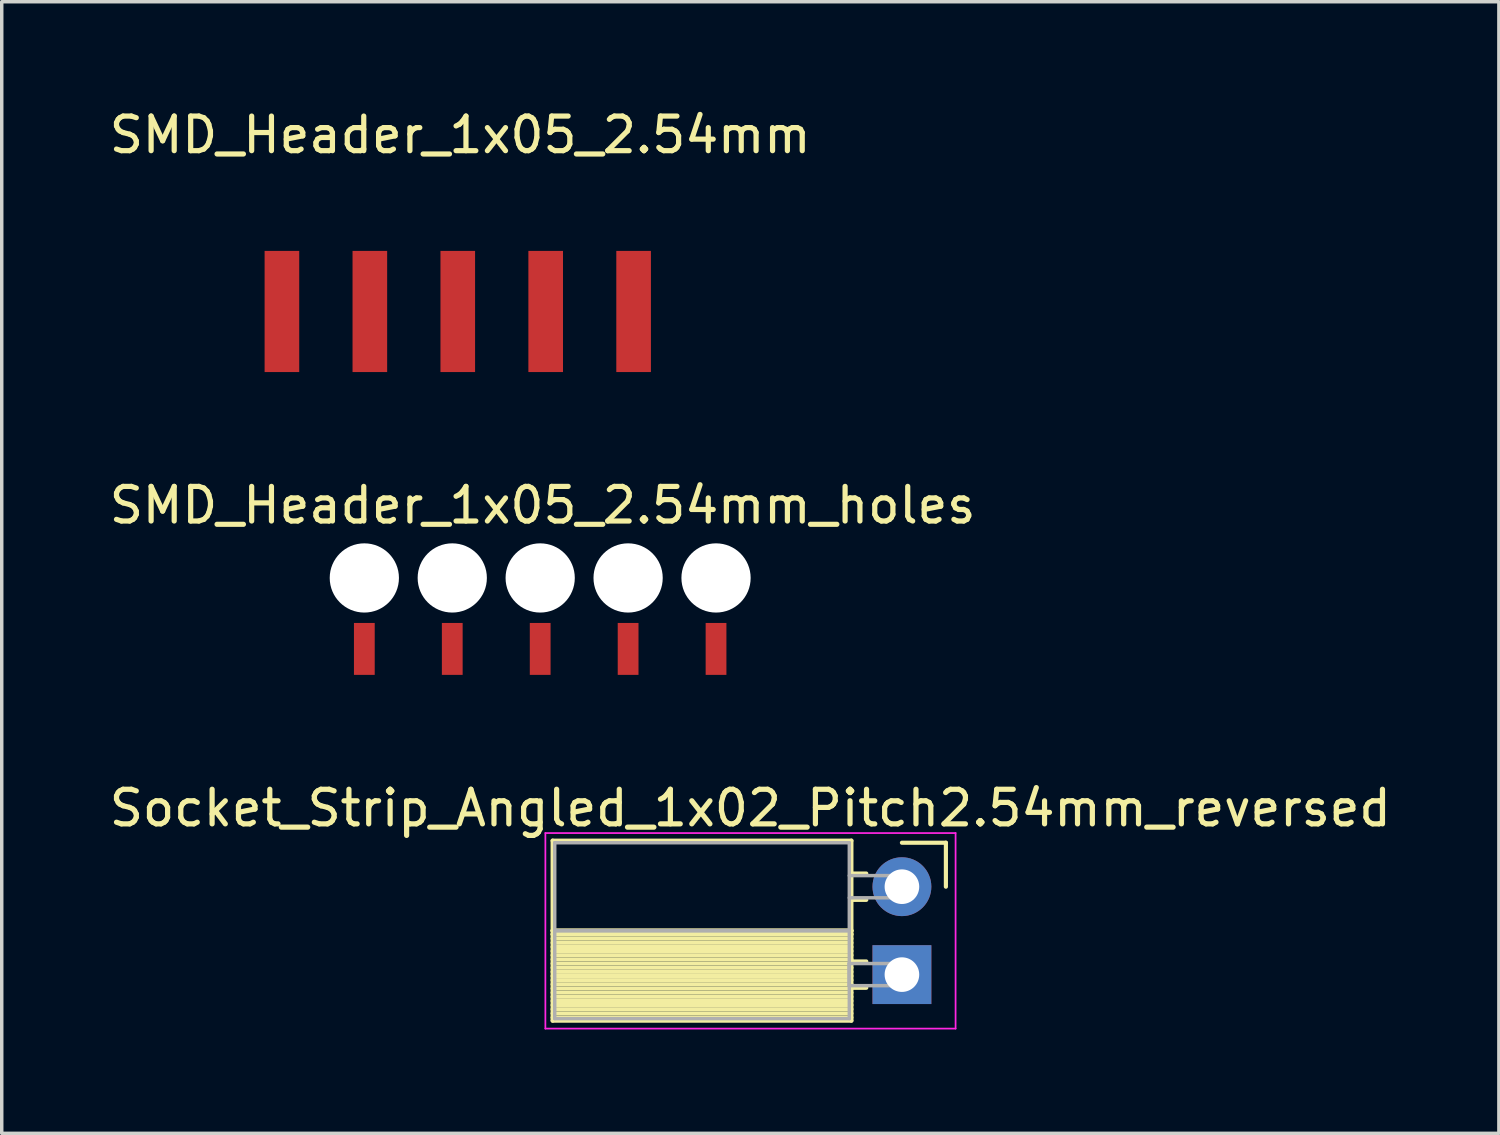
<source format=kicad_pcb>
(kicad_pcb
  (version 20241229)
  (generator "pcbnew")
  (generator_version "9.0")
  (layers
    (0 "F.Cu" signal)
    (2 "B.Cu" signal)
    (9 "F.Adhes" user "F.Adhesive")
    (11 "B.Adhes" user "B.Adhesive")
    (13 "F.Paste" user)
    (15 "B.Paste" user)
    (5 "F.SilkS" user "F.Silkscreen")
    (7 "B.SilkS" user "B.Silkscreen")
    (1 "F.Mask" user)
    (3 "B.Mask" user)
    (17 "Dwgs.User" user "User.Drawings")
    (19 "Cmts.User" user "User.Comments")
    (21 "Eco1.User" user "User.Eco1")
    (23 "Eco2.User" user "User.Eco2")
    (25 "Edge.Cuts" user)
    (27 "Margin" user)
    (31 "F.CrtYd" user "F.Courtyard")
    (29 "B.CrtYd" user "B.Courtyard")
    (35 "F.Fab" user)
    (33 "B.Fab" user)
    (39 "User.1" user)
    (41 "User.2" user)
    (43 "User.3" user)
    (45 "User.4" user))
  (footprint "SMD_Header_1x05_2.54mm_holes"
    (layer "F.Cu")
    (at 12.555 13.646)
    (property "Reference" "SMD_Header_1x05_2.54mm_holes" (at 0.07 -2.1 0) (layer "F.SilkS") (effects (font (size 1 1) (thickness 0.15))))
    (attr through_hole)
    (pad "" np_thru_hole circle (at -5.08 0) (size 2 2) (drill 2) (layers "*.Cu" "*.Mask"))
    (pad "" np_thru_hole circle (at -2.54 0) (size 2 2) (drill 2) (layers "*.Cu" "*.Mask"))
    (pad "" np_thru_hole circle (at 0 0) (size 2 2) (drill 2) (layers "*.Cu" "*.Mask"))
    (pad "" np_thru_hole circle (at 2.54 0) (size 2 2) (drill 2) (layers "*.Cu" "*.Mask"))
    (pad "" np_thru_hole circle (at 5.08 0) (size 2 2) (drill 2) (layers "*.Cu" "*.Mask"))
    (pad "1" smd rect (at -5.08 2.05) (size 0.6 1.5) (layers "F.Cu" "F.Mask" "F.Paste"))
    (pad "2" smd rect (at -2.54 2.05) (size 0.6 1.5) (layers "F.Cu" "F.Mask" "F.Paste"))
    (pad "3" smd rect (at 0 2.05) (size 0.6 1.5) (layers "F.Cu" "F.Mask" "F.Paste"))
    (pad "4" smd rect (at 2.54 2.05) (size 0.6 1.5) (layers "F.Cu" "F.Mask" "F.Paste"))
    (pad "5" smd rect (at 5.08 2.05) (size 0.6 1.5) (layers "F.Cu" "F.Mask" "F.Paste")))
  (footprint "Socket_Strip_Angled_1x02_Pitch2.54mm_reversed"
    (layer "F.Cu")
    (at 23.005 22.565)
    (property "Reference" "Socket_Strip_Angled_1x02_Pitch2.54mm_reversed" (at -4.38 -2.27 0) (layer "F.SilkS") (effects (font (size 1 1) (thickness 0.15))))
    (attr through_hole)
    (fp_line (start -10.09 -1.33) (end -1.46 -1.33) (stroke (width 0.12) (type solid)) (layer "F.SilkS"))
    (fp_line (start -10.09 1.27) (end -10.09 -1.33) (stroke (width 0.12) (type solid)) (layer "F.SilkS"))
    (fp_line (start -10.09 1.27) (end -1.46 1.27) (stroke (width 0.12) (type solid)) (layer "F.SilkS"))
    (fp_line (start -10.09 3.87) (end -10.09 1.27) (stroke (width 0.12) (type solid)) (layer "F.SilkS"))
    (fp_line (start -1.46 -1.33) (end -1.46 1.27) (stroke (width 0.12) (type solid)) (layer "F.SilkS"))
    (fp_line (start -1.46 1.27) (end -10.09 1.27) (stroke (width 0.12) (type solid)) (layer "F.SilkS"))
    (fp_line (start -1.46 1.27) (end -1.46 3.87) (stroke (width 0.12) (type solid)) (layer "F.SilkS"))
    (fp_line (start -1.46 1.37) (end -10.09 1.37) (stroke (width 0.12) (type solid)) (layer "F.SilkS"))
    (fp_line (start -1.46 1.38) (end -10.09 1.38) (stroke (width 0.12) (type solid)) (layer "F.SilkS"))
    (fp_line (start -1.46 1.5) (end -10.09 1.5) (stroke (width 0.12) (type solid)) (layer "F.SilkS"))
    (fp_line (start -1.46 1.62) (end -10.09 1.62) (stroke (width 0.12) (type solid)) (layer "F.SilkS"))
    (fp_line (start -1.46 1.74) (end -10.09 1.74) (stroke (width 0.12) (type solid)) (layer "F.SilkS"))
    (fp_line (start -1.46 1.86) (end -10.09 1.86) (stroke (width 0.12) (type solid)) (layer "F.SilkS"))
    (fp_line (start -1.46 1.98) (end -10.09 1.98) (stroke (width 0.12) (type solid)) (layer "F.SilkS"))
    (fp_line (start -1.46 2.1) (end -10.09 2.1) (stroke (width 0.12) (type solid)) (layer "F.SilkS"))
    (fp_line (start -1.46 2.22) (end -10.09 2.22) (stroke (width 0.12) (type solid)) (layer "F.SilkS"))
    (fp_line (start -1.46 2.34) (end -10.09 2.34) (stroke (width 0.12) (type solid)) (layer "F.SilkS"))
    (fp_line (start -1.46 2.46) (end -10.09 2.46) (stroke (width 0.12) (type solid)) (layer "F.SilkS"))
    (fp_line (start -1.46 2.58) (end -10.09 2.58) (stroke (width 0.12) (type solid)) (layer "F.SilkS"))
    (fp_line (start -1.46 2.7) (end -10.09 2.7) (stroke (width 0.12) (type solid)) (layer "F.SilkS"))
    (fp_line (start -1.46 2.82) (end -10.09 2.82) (stroke (width 0.12) (type solid)) (layer "F.SilkS"))
    (fp_line (start -1.46 2.94) (end -10.09 2.94) (stroke (width 0.12) (type solid)) (layer "F.SilkS"))
    (fp_line (start -1.46 3.06) (end -10.09 3.06) (stroke (width 0.12) (type solid)) (layer "F.SilkS"))
    (fp_line (start -1.46 3.18) (end -10.09 3.18) (stroke (width 0.12) (type solid)) (layer "F.SilkS"))
    (fp_line (start -1.46 3.3) (end -10.09 3.3) (stroke (width 0.12) (type solid)) (layer "F.SilkS"))
    (fp_line (start -1.46 3.42) (end -10.09 3.42) (stroke (width 0.12) (type solid)) (layer "F.SilkS"))
    (fp_line (start -1.46 3.54) (end -10.09 3.54) (stroke (width 0.12) (type solid)) (layer "F.SilkS"))
    (fp_line (start -1.46 3.66) (end -10.09 3.66) (stroke (width 0.12) (type solid)) (layer "F.SilkS"))
    (fp_line (start -1.46 3.78) (end -10.09 3.78) (stroke (width 0.12) (type solid)) (layer "F.SilkS"))
    (fp_line (start -1.46 3.87) (end -10.09 3.87) (stroke (width 0.12) (type solid)) (layer "F.SilkS"))
    (fp_line (start -1.03 -0.38) (end -1.46 -0.38) (stroke (width 0.12) (type solid)) (layer "F.SilkS"))
    (fp_line (start -1.03 0.38) (end -1.46 0.38) (stroke (width 0.12) (type solid)) (layer "F.SilkS"))
    (fp_line (start -1.03 2.16) (end -1.46 2.16) (stroke (width 0.12) (type solid)) (layer "F.SilkS"))
    (fp_line (start -1.03 2.92) (end -1.46 2.92) (stroke (width 0.12) (type solid)) (layer "F.SilkS"))
    (fp_line (start 0 -1.27) (end 1.27 -1.27) (stroke (width 0.12) (type solid)) (layer "F.SilkS"))
    (fp_line (start 1.27 -1.27) (end 1.27 0) (stroke (width 0.12) (type solid)) (layer "F.SilkS"))
    (fp_line (start -10.3 -1.55) (end 1.55 -1.55) (stroke (width 0.05) (type solid)) (layer "F.CrtYd"))
    (fp_line (start -10.3 4.1) (end -10.3 -1.55) (stroke (width 0.05) (type solid)) (layer "F.CrtYd"))
    (fp_line (start 1.55 -1.55) (end 1.55 4.1) (stroke (width 0.05) (type solid)) (layer "F.CrtYd"))
    (fp_line (start 1.55 4.1) (end -10.3 4.1) (stroke (width 0.05) (type solid)) (layer "F.CrtYd"))
    (fp_line (start -10.03 -1.27) (end -1.52 -1.27) (stroke (width 0.1) (type solid)) (layer "F.Fab"))
    (fp_line (start -10.03 1.27) (end -10.03 -1.27) (stroke (width 0.1) (type solid)) (layer "F.Fab"))
    (fp_line (start -10.03 1.27) (end -1.52 1.27) (stroke (width 0.1) (type solid)) (layer "F.Fab"))
    (fp_line (start -10.03 3.81) (end -10.03 1.27) (stroke (width 0.1) (type solid)) (layer "F.Fab"))
    (fp_line (start -1.52 -1.27) (end -1.52 1.27) (stroke (width 0.1) (type solid)) (layer "F.Fab"))
    (fp_line (start -1.52 -0.32) (end 0 -0.32) (stroke (width 0.1) (type solid)) (layer "F.Fab"))
    (fp_line (start -1.52 1.27) (end -10.03 1.27) (stroke (width 0.1) (type solid)) (layer "F.Fab"))
    (fp_line (start -1.52 1.27) (end -1.52 3.81) (stroke (width 0.1) (type solid)) (layer "F.Fab"))
    (fp_line (start -1.52 2.22) (end 0 2.22) (stroke (width 0.1) (type solid)) (layer "F.Fab"))
    (fp_line (start -1.52 2.85) (end -1.52 2.21) (stroke (width 0.1) (type solid)) (layer "F.Fab"))
    (fp_line (start -1.52 2.86) (end -1.52 2.22) (stroke (width 0.1) (type solid)) (layer "F.Fab"))
    (fp_line (start -1.52 3.81) (end -10.03 3.81) (stroke (width 0.1) (type solid)) (layer "F.Fab"))
    (fp_line (start 0 -0.32) (end 0 0.32) (stroke (width 0.1) (type solid)) (layer "F.Fab"))
    (fp_line (start 0 0.32) (end -1.52 0.32) (stroke (width 0.1) (type solid)) (layer "F.Fab"))
    (fp_line (start 0 2.22) (end 0 2.86) (stroke (width 0.1) (type solid)) (layer "F.Fab"))
    (fp_line (start 0 2.86) (end -1.52 2.86) (stroke (width 0.1) (type solid)) (layer "F.Fab"))
    (pad "1" thru_hole rect (at 0 2.54) (size 1.7 1.7) (drill 1) (layers "*.Cu" "*.Mask"))
    (pad "2" thru_hole circle (at 0 0) (size 1.7 1.7) (drill 1) (layers "*.Cu" "*.Mask")))
  (footprint "SMD_Header_1x05_2.54mm"
    (layer "F.Cu")
    (at 10.174 2.948)
    (property "Reference" "SMD_Header_1x05_2.54mm" (at 0.07 -2.1 0) (layer "F.SilkS") (effects (font (size 1 1) (thickness 0.15))))
    (attr through_hole)
    (pad "1" smd rect (at -5.08 3) (size 1 3.5) (layers "F.Cu" "F.Mask" "F.Paste"))
    (pad "2" smd rect (at -2.54 3) (size 1 3.5) (layers "F.Cu" "F.Mask" "F.Paste"))
    (pad "3" smd rect (at 0 3) (size 1 3.5) (layers "F.Cu" "F.Mask" "F.Paste"))
    (pad "4" smd rect (at 2.54 3) (size 1 3.5) (layers "F.Cu" "F.Mask" "F.Paste"))
    (pad "5" smd rect (at 5.08 3) (size 1 3.5) (layers "F.Cu" "F.Mask" "F.Paste")))
  (gr_rect
    (start -3 -3)
    (end 40.25 29.69)
    (stroke (width 0.1) (type default))
    (fill no)
    (layer "Edge.Cuts")))
</source>
